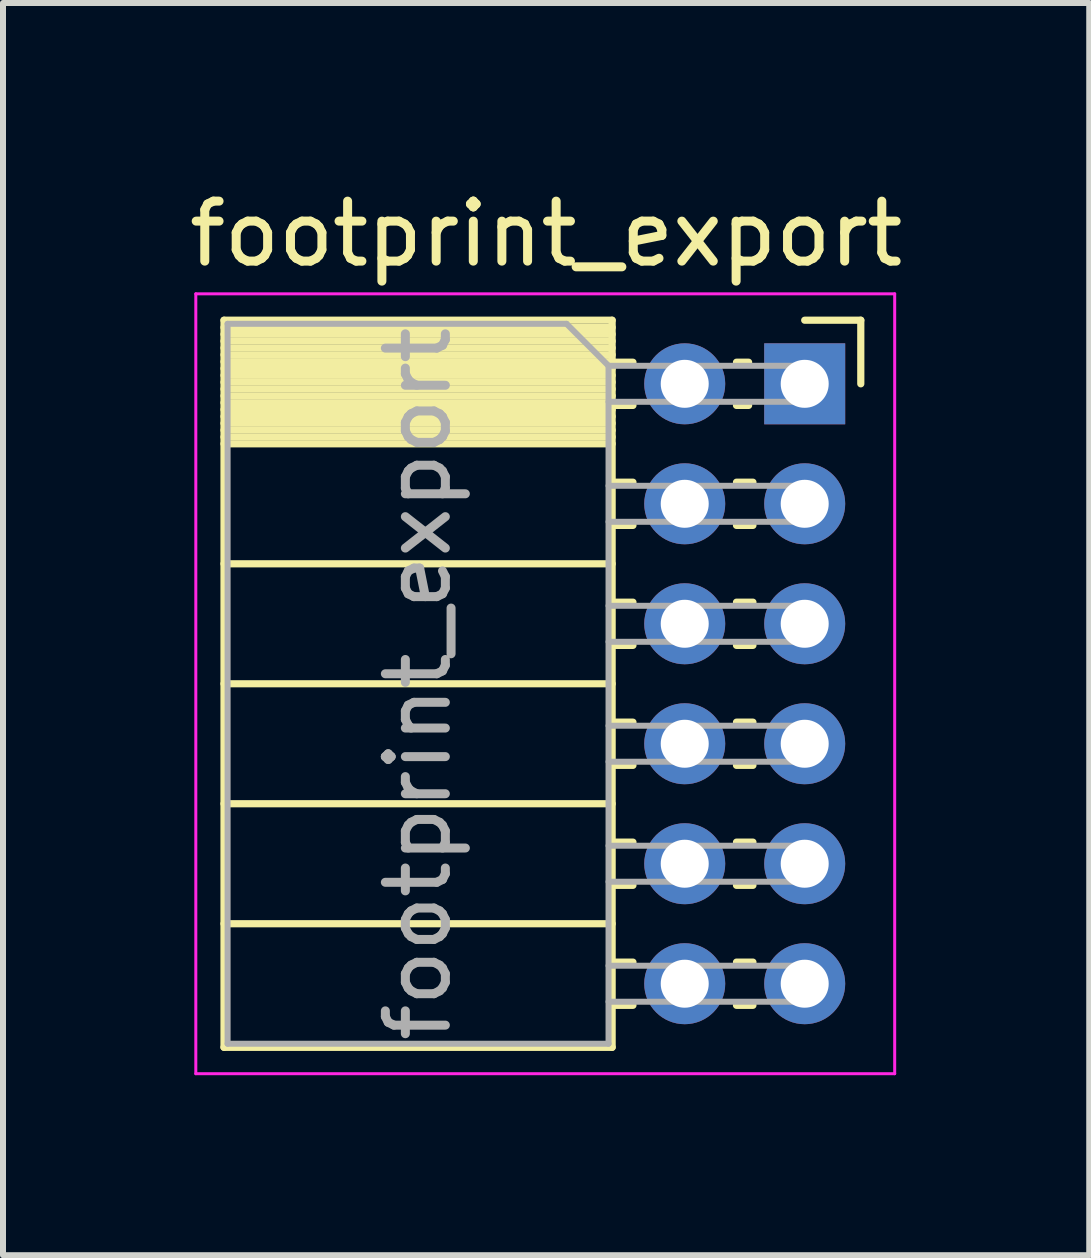
<source format=kicad_pcb>
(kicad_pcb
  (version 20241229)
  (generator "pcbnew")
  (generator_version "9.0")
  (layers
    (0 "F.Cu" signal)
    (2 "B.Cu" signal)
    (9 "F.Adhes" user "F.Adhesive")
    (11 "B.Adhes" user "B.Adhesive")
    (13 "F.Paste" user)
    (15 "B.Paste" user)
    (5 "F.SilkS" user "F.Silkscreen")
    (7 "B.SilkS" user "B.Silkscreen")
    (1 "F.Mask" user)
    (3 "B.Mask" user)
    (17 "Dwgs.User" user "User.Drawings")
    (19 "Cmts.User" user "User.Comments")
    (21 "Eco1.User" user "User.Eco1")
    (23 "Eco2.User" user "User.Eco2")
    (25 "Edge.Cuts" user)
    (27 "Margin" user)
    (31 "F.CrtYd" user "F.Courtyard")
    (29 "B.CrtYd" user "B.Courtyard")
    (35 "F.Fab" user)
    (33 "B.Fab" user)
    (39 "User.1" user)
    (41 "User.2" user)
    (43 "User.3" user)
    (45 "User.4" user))
  (footprint "footprint_export"
    (layer "F.Cu")
    (at 10.364 3.348)
    (property "Reference" "footprint_export" (at -4.31 -2.5 0) (layer "F.SilkS") (effects (font (size 1 1) (thickness 0.15))))
    (attr through_hole)
    (fp_line (start -9.68 -1.06) (end -9.68 11.06) (stroke (width 0.12) (type solid)) (layer "F.SilkS"))
    (fp_line (start -9.68 -1.06) (end -3.21 -1.06) (stroke (width 0.12) (type solid)) (layer "F.SilkS"))
    (fp_line (start -9.68 -0.94) (end -3.21 -0.94) (stroke (width 0.12) (type solid)) (layer "F.SilkS"))
    (fp_line (start -9.68 -0.826) (end -3.21 -0.826) (stroke (width 0.12) (type solid)) (layer "F.SilkS"))
    (fp_line (start -9.68 -0.712) (end -3.21 -0.712) (stroke (width 0.12) (type solid)) (layer "F.SilkS"))
    (fp_line (start -9.68 -0.598) (end -3.21 -0.598) (stroke (width 0.12) (type solid)) (layer "F.SilkS"))
    (fp_line (start -9.68 -0.484) (end -3.21 -0.484) (stroke (width 0.12) (type solid)) (layer "F.SilkS"))
    (fp_line (start -9.68 -0.369) (end -3.21 -0.369) (stroke (width 0.12) (type solid)) (layer "F.SilkS"))
    (fp_line (start -9.68 -0.255) (end -3.21 -0.255) (stroke (width 0.12) (type solid)) (layer "F.SilkS"))
    (fp_line (start -9.68 -0.141) (end -3.21 -0.141) (stroke (width 0.12) (type solid)) (layer "F.SilkS"))
    (fp_line (start -9.68 -0.027) (end -3.21 -0.027) (stroke (width 0.12) (type solid)) (layer "F.SilkS"))
    (fp_line (start -9.68 0.087) (end -3.21 0.087) (stroke (width 0.12) (type solid)) (layer "F.SilkS"))
    (fp_line (start -9.68 0.201) (end -3.21 0.201) (stroke (width 0.12) (type solid)) (layer "F.SilkS"))
    (fp_line (start -9.68 0.315) (end -3.21 0.315) (stroke (width 0.12) (type solid)) (layer "F.SilkS"))
    (fp_line (start -9.68 0.429) (end -3.21 0.429) (stroke (width 0.12) (type solid)) (layer "F.SilkS"))
    (fp_line (start -9.68 0.544) (end -3.21 0.544) (stroke (width 0.12) (type solid)) (layer "F.SilkS"))
    (fp_line (start -9.68 0.658) (end -3.21 0.658) (stroke (width 0.12) (type solid)) (layer "F.SilkS"))
    (fp_line (start -9.68 0.772) (end -3.21 0.772) (stroke (width 0.12) (type solid)) (layer "F.SilkS"))
    (fp_line (start -9.68 0.886) (end -3.21 0.886) (stroke (width 0.12) (type solid)) (layer "F.SilkS"))
    (fp_line (start -9.68 1) (end -3.21 1) (stroke (width 0.12) (type solid)) (layer "F.SilkS"))
    (fp_line (start -9.68 3) (end -3.21 3) (stroke (width 0.12) (type solid)) (layer "F.SilkS"))
    (fp_line (start -9.68 5) (end -3.21 5) (stroke (width 0.12) (type solid)) (layer "F.SilkS"))
    (fp_line (start -9.68 7) (end -3.21 7) (stroke (width 0.12) (type solid)) (layer "F.SilkS"))
    (fp_line (start -9.68 9) (end -3.21 9) (stroke (width 0.12) (type solid)) (layer "F.SilkS"))
    (fp_line (start -9.68 11.06) (end -3.21 11.06) (stroke (width 0.12) (type solid)) (layer "F.SilkS"))
    (fp_line (start -3.21 -1.06) (end -3.21 11.06) (stroke (width 0.12) (type solid)) (layer "F.SilkS"))
    (fp_line (start -3.21 -0.36) (end -2.863 -0.36) (stroke (width 0.12) (type solid)) (layer "F.SilkS"))
    (fp_line (start -3.21 0.36) (end -2.863 0.36) (stroke (width 0.12) (type solid)) (layer "F.SilkS"))
    (fp_line (start -3.21 1.64) (end -2.863 1.64) (stroke (width 0.12) (type solid)) (layer "F.SilkS"))
    (fp_line (start -3.21 2.36) (end -2.863 2.36) (stroke (width 0.12) (type solid)) (layer "F.SilkS"))
    (fp_line (start -3.21 3.64) (end -2.863 3.64) (stroke (width 0.12) (type solid)) (layer "F.SilkS"))
    (fp_line (start -3.21 4.36) (end -2.863 4.36) (stroke (width 0.12) (type solid)) (layer "F.SilkS"))
    (fp_line (start -3.21 5.64) (end -2.863 5.64) (stroke (width 0.12) (type solid)) (layer "F.SilkS"))
    (fp_line (start -3.21 6.36) (end -2.863 6.36) (stroke (width 0.12) (type solid)) (layer "F.SilkS"))
    (fp_line (start -3.21 7.64) (end -2.863 7.64) (stroke (width 0.12) (type solid)) (layer "F.SilkS"))
    (fp_line (start -3.21 8.36) (end -2.863 8.36) (stroke (width 0.12) (type solid)) (layer "F.SilkS"))
    (fp_line (start -3.21 9.64) (end -2.863 9.64) (stroke (width 0.12) (type solid)) (layer "F.SilkS"))
    (fp_line (start -3.21 10.36) (end -2.863 10.36) (stroke (width 0.12) (type solid)) (layer "F.SilkS"))
    (fp_line (start -1.137 -0.36) (end -0.935 -0.36) (stroke (width 0.12) (type solid)) (layer "F.SilkS"))
    (fp_line (start -1.137 0.36) (end -0.935 0.36) (stroke (width 0.12) (type solid)) (layer "F.SilkS"))
    (fp_line (start -1.137 1.64) (end -0.863 1.64) (stroke (width 0.12) (type solid)) (layer "F.SilkS"))
    (fp_line (start -1.137 2.36) (end -0.863 2.36) (stroke (width 0.12) (type solid)) (layer "F.SilkS"))
    (fp_line (start -1.137 3.64) (end -0.863 3.64) (stroke (width 0.12) (type solid)) (layer "F.SilkS"))
    (fp_line (start -1.137 4.36) (end -0.863 4.36) (stroke (width 0.12) (type solid)) (layer "F.SilkS"))
    (fp_line (start -1.137 5.64) (end -0.863 5.64) (stroke (width 0.12) (type solid)) (layer "F.SilkS"))
    (fp_line (start -1.137 6.36) (end -0.863 6.36) (stroke (width 0.12) (type solid)) (layer "F.SilkS"))
    (fp_line (start -1.137 7.64) (end -0.863 7.64) (stroke (width 0.12) (type solid)) (layer "F.SilkS"))
    (fp_line (start -1.137 8.36) (end -0.863 8.36) (stroke (width 0.12) (type solid)) (layer "F.SilkS"))
    (fp_line (start -1.137 9.64) (end -0.863 9.64) (stroke (width 0.12) (type solid)) (layer "F.SilkS"))
    (fp_line (start -1.137 10.36) (end -0.863 10.36) (stroke (width 0.12) (type solid)) (layer "F.SilkS"))
    (fp_line (start 0 -1.06) (end 0.935 -1.06) (stroke (width 0.12) (type solid)) (layer "F.SilkS"))
    (fp_line (start 0.935 -1.06) (end 0.935 0) (stroke (width 0.12) (type solid)) (layer "F.SilkS"))
    (fp_line (start -10.15 -1.5) (end -10.15 11.5) (stroke (width 0.05) (type solid)) (layer "F.CrtYd"))
    (fp_line (start -10.15 11.5) (end 1.5 11.5) (stroke (width 0.05) (type solid)) (layer "F.CrtYd"))
    (fp_line (start 1.5 -1.5) (end -10.15 -1.5) (stroke (width 0.05) (type solid)) (layer "F.CrtYd"))
    (fp_line (start 1.5 11.5) (end 1.5 -1.5) (stroke (width 0.05) (type solid)) (layer "F.CrtYd"))
    (fp_line (start -9.62 -1) (end -3.97 -1) (stroke (width 0.1) (type solid)) (layer "F.Fab"))
    (fp_line (start -9.62 11) (end -9.62 -1) (stroke (width 0.1) (type solid)) (layer "F.Fab"))
    (fp_line (start -3.97 -1) (end -3.27 -0.3) (stroke (width 0.1) (type solid)) (layer "F.Fab"))
    (fp_line (start -3.27 -0.3) (end -3.27 11) (stroke (width 0.1) (type solid)) (layer "F.Fab"))
    (fp_line (start -3.27 0.3) (end 0 0.3) (stroke (width 0.1) (type solid)) (layer "F.Fab"))
    (fp_line (start -3.27 2.3) (end 0 2.3) (stroke (width 0.1) (type solid)) (layer "F.Fab"))
    (fp_line (start -3.27 4.3) (end 0 4.3) (stroke (width 0.1) (type solid)) (layer "F.Fab"))
    (fp_line (start -3.27 6.3) (end 0 6.3) (stroke (width 0.1) (type solid)) (layer "F.Fab"))
    (fp_line (start -3.27 8.3) (end 0 8.3) (stroke (width 0.1) (type solid)) (layer "F.Fab"))
    (fp_line (start -3.27 10.3) (end 0 10.3) (stroke (width 0.1) (type solid)) (layer "F.Fab"))
    (fp_line (start -3.27 11) (end -9.62 11) (stroke (width 0.1) (type solid)) (layer "F.Fab"))
    (fp_line (start 0 -0.3) (end -3.27 -0.3) (stroke (width 0.1) (type solid)) (layer "F.Fab"))
    (fp_line (start 0 0.3) (end 0 -0.3) (stroke (width 0.1) (type solid)) (layer "F.Fab"))
    (fp_line (start 0 1.7) (end -3.27 1.7) (stroke (width 0.1) (type solid)) (layer "F.Fab"))
    (fp_line (start 0 2.3) (end 0 1.7) (stroke (width 0.1) (type solid)) (layer "F.Fab"))
    (fp_line (start 0 3.7) (end -3.27 3.7) (stroke (width 0.1) (type solid)) (layer "F.Fab"))
    (fp_line (start 0 4.3) (end 0 3.7) (stroke (width 0.1) (type solid)) (layer "F.Fab"))
    (fp_line (start 0 5.7) (end -3.27 5.7) (stroke (width 0.1) (type solid)) (layer "F.Fab"))
    (fp_line (start 0 6.3) (end 0 5.7) (stroke (width 0.1) (type solid)) (layer "F.Fab"))
    (fp_line (start 0 7.7) (end -3.27 7.7) (stroke (width 0.1) (type solid)) (layer "F.Fab"))
    (fp_line (start 0 8.3) (end 0 7.7) (stroke (width 0.1) (type solid)) (layer "F.Fab"))
    (fp_line (start 0 9.7) (end -3.27 9.7) (stroke (width 0.1) (type solid)) (layer "F.Fab"))
    (fp_line (start 0 10.3) (end 0 9.7) (stroke (width 0.1) (type solid)) (layer "F.Fab"))
    (fp_text user "${REFERENCE}" (at -6.445 5 90) (layer "F.Fab") (effects (font (size 1 1) (thickness 0.15))))
    (pad "1" thru_hole rect (at 0 0) (size 1.35 1.35) (drill 0.8) (layers "*.Cu" "*.Mask"))
    (pad "2" thru_hole oval (at -2 0) (size 1.35 1.35) (drill 0.8) (layers "*.Cu" "*.Mask"))
    (pad "3" thru_hole oval (at 0 2) (size 1.35 1.35) (drill 0.8) (layers "*.Cu" "*.Mask"))
    (pad "4" thru_hole oval (at -2 2) (size 1.35 1.35) (drill 0.8) (layers "*.Cu" "*.Mask"))
    (pad "5" thru_hole oval (at 0 4) (size 1.35 1.35) (drill 0.8) (layers "*.Cu" "*.Mask"))
    (pad "6" thru_hole oval (at -2 4) (size 1.35 1.35) (drill 0.8) (layers "*.Cu" "*.Mask"))
    (pad "7" thru_hole oval (at 0 6) (size 1.35 1.35) (drill 0.8) (layers "*.Cu" "*.Mask"))
    (pad "8" thru_hole oval (at -2 6) (size 1.35 1.35) (drill 0.8) (layers "*.Cu" "*.Mask"))
    (pad "9" thru_hole oval (at 0 8) (size 1.35 1.35) (drill 0.8) (layers "*.Cu" "*.Mask"))
    (pad "10" thru_hole oval (at -2 8) (size 1.35 1.35) (drill 0.8) (layers "*.Cu" "*.Mask"))
    (pad "11" thru_hole oval (at 0 10) (size 1.35 1.35) (drill 0.8) (layers "*.Cu" "*.Mask"))
    (pad "12" thru_hole oval (at -2 10) (size 1.35 1.35) (drill 0.8) (layers "*.Cu" "*.Mask")))
  (gr_rect
    (start -3 -3)
    (end 15.107 17.873)
    (stroke (width 0.1) (type default))
    (fill no)
    (layer "Edge.Cuts")))
</source>
